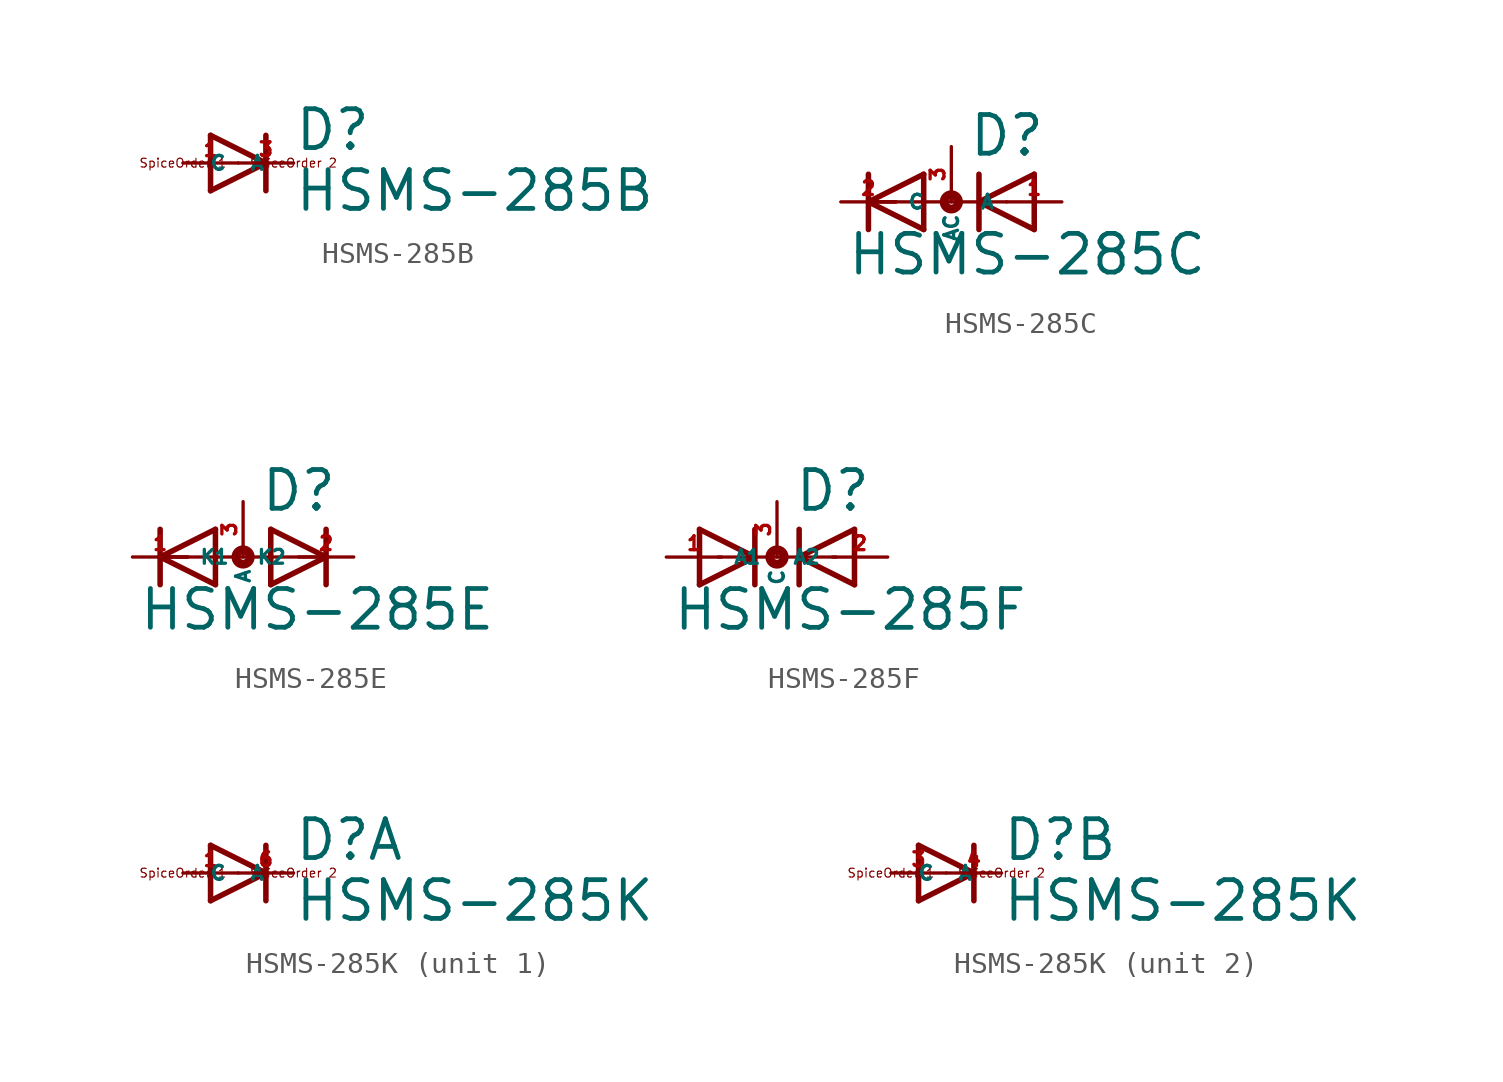
<source format=kicad_sym>
(kicad_symbol_lib
  (version 20220914)
  (generator Eagle2Kicad)
  (symbol "HSMS-285B"
    (property "Reference" "D"
      (at 2.54 0.483 0)
      (effects (font (size 1.778 1.778) (thickness 0.22)) (justify left bottom)))
    (property "Value" "HSMS-285B"
      (at 2.54 -2.311 0)
      (effects (font (size 1.778 1.778) (thickness 0.22)) (justify left bottom)))
    (polyline
      (pts (xy -1.27 -1.27) (xy 1.27 0))
      (stroke (width 0.254) (type default))
      (fill (type none)))
    (polyline
      (pts (xy 1.27 0) (xy -1.27 1.27))
      (stroke (width 0.254) (type default))
      (fill (type none)))
    (polyline
      (pts (xy 1.27 1.27) (xy 1.27 0))
      (stroke (width 0.254) (type default))
      (fill (type none)))
    (polyline
      (pts (xy -1.27 1.27) (xy -1.27 -1.27))
      (stroke (width 0.254) (type default))
      (fill (type none)))
    (polyline
      (pts (xy 1.27 0) (xy 1.27 -1.27))
      (stroke (width 0.254) (type default))
      (fill (type none)))
    (text "SpiceOrder 1"
      (at -2.54 0 0)
      (effects (font (size 0.406 0.406) (thickness 0.05))))
    (text "SpiceOrder 2"
      (at 2.54 0 0)
      (effects (font (size 0.406 0.406) (thickness 0.05))))
    (pin passive line
      (at -2.54 0 0)
      (length 2.54)
      (name "A" (effects (font (size 0.635 0.635) (thickness 0.08)) (justify left bottom)))
      (number "1" (effects (font (size 0.635 0.635) (thickness 0.08)) (justify left bottom))))
    (pin passive line
      (at 2.54 0 180)
      (length 2.54)
      (name "C" (effects (font (size 0.635 0.635) (thickness 0.08)) (justify left bottom)))
      (number "3" (effects (font (size 0.635 0.635) (thickness 0.08)) (justify left bottom)))))
  (symbol "HSMS-285C"
    (property "Reference" "D"
      (at 0.762 2.007 0)
      (effects (font (size 1.778 1.778) (thickness 0.22)) (justify left bottom)))
    (property "Value" "HSMS-285C"
      (at -4.826 -3.454 0)
      (effects (font (size 1.778 1.778) (thickness 0.22)) (justify left bottom)))
    (polyline
      (pts (xy -1.27 1.27) (xy -3.81 0))
      (stroke (width 0.254) (type default))
      (fill (type none)))
    (polyline
      (pts (xy -3.81 0) (xy -1.27 -1.27))
      (stroke (width 0.254) (type default))
      (fill (type none)))
    (polyline
      (pts (xy -3.81 -1.27) (xy -3.81 0))
      (stroke (width 0.254) (type default))
      (fill (type none)))
    (polyline
      (pts (xy -2.54 0) (xy -3.81 0))
      (stroke (width 0.152) (type default))
      (fill (type none)))
    (polyline
      (pts (xy -1.27 -1.27) (xy -1.27 1.27))
      (stroke (width 0.254) (type default))
      (fill (type none)))
    (polyline
      (pts (xy -3.81 0) (xy -3.81 1.27))
      (stroke (width 0.254) (type default))
      (fill (type none)))
    (polyline
      (pts (xy 3.81 1.27) (xy 1.27 0))
      (stroke (width 0.254) (type default))
      (fill (type none)))
    (polyline
      (pts (xy 1.27 0) (xy 3.81 -1.27))
      (stroke (width 0.254) (type default))
      (fill (type none)))
    (polyline
      (pts (xy 1.27 -1.27) (xy 1.27 0))
      (stroke (width 0.254) (type default))
      (fill (type none)))
    (polyline
      (pts (xy -3.81 0) (xy 1.27 0))
      (stroke (width 0.152) (type default))
      (fill (type none)))
    (polyline
      (pts (xy 2.54 0) (xy 1.27 0))
      (stroke (width 0.152) (type default))
      (fill (type none)))
    (polyline
      (pts (xy 3.81 -1.27) (xy 3.81 1.27))
      (stroke (width 0.254) (type default))
      (fill (type none)))
    (polyline
      (pts (xy 1.27 0) (xy 1.27 1.27))
      (stroke (width 0.254) (type default))
      (fill (type none)))
    (circle
      (center 0 0)
      (radius 0.127)
      (stroke (width 0.406) (type default))
      (fill (type none)))
    (pin passive line
      (at -5.08 0 0)
      (length 2.54)
      (name "C" (effects (font (size 0.635 0.635) (thickness 0.08)) (justify left bottom)))
      (number "2" (effects (font (size 0.635 0.635) (thickness 0.08)) (justify left bottom))))
    (pin passive line
      (at 5.08 0 180)
      (length 2.54)
      (name "A" (effects (font (size 0.635 0.635) (thickness 0.08)) (justify left bottom)))
      (number "1" (effects (font (size 0.635 0.635) (thickness 0.08)) (justify left bottom))))
    (pin passive line
      (at 0 2.54 270)
      (length 2.54)
      (name "AC" (effects (font (size 0.635 0.635) (thickness 0.08)) (justify left bottom)))
      (number "3" (effects (font (size 0.635 0.635) (thickness 0.08)) (justify left bottom)))))
  (symbol "HSMS-285E"
    (property "Reference" "D"
      (at 0.762 2.007 0)
      (effects (font (size 1.778 1.778) (thickness 0.22)) (justify left bottom)))
    (property "Value" "HSMS-285E"
      (at -4.826 -3.454 0)
      (effects (font (size 1.778 1.778) (thickness 0.22)) (justify left bottom)))
    (polyline
      (pts (xy -1.27 1.27) (xy -3.81 0))
      (stroke (width 0.254) (type default))
      (fill (type none)))
    (polyline
      (pts (xy -3.81 0) (xy -1.27 -1.27))
      (stroke (width 0.254) (type default))
      (fill (type none)))
    (polyline
      (pts (xy -3.81 -1.27) (xy -3.81 0))
      (stroke (width 0.254) (type default))
      (fill (type none)))
    (polyline
      (pts (xy -2.54 0) (xy -3.81 0))
      (stroke (width 0.152) (type default))
      (fill (type none)))
    (polyline
      (pts (xy -1.27 -1.27) (xy -1.27 1.27))
      (stroke (width 0.254) (type default))
      (fill (type none)))
    (polyline
      (pts (xy -3.81 0) (xy -3.81 1.27))
      (stroke (width 0.254) (type default))
      (fill (type none)))
    (polyline
      (pts (xy 1.27 1.27) (xy 3.81 0))
      (stroke (width 0.254) (type default))
      (fill (type none)))
    (polyline
      (pts (xy 3.81 0) (xy 1.27 -1.27))
      (stroke (width 0.254) (type default))
      (fill (type none)))
    (polyline
      (pts (xy 3.81 -1.27) (xy 3.81 0))
      (stroke (width 0.254) (type default))
      (fill (type none)))
    (polyline
      (pts (xy -3.81 0) (xy 3.81 0))
      (stroke (width 0.152) (type default))
      (fill (type none)))
    (polyline
      (pts (xy 1.27 -1.27) (xy 1.27 1.27))
      (stroke (width 0.254) (type default))
      (fill (type none)))
    (polyline
      (pts (xy 3.81 0) (xy 3.81 1.27))
      (stroke (width 0.254) (type default))
      (fill (type none)))
    (circle
      (center 0 0)
      (radius 0.127)
      (stroke (width 0.406) (type default))
      (fill (type none)))
    (pin passive line
      (at -5.08 0 0)
      (length 2.54)
      (name "K1" (effects (font (size 0.635 0.635) (thickness 0.08)) (justify left bottom)))
      (number "1" (effects (font (size 0.635 0.635) (thickness 0.08)) (justify left bottom))))
    (pin passive line
      (at 5.08 0 180)
      (length 2.54)
      (name "K2" (effects (font (size 0.635 0.635) (thickness 0.08)) (justify left bottom)))
      (number "2" (effects (font (size 0.635 0.635) (thickness 0.08)) (justify left bottom))))
    (pin passive line
      (at 0 2.54 270)
      (length 2.54)
      (name "A" (effects (font (size 0.635 0.635) (thickness 0.08)) (justify left bottom)))
      (number "3" (effects (font (size 0.635 0.635) (thickness 0.08)) (justify left bottom)))))
  (symbol "HSMS-285F"
    (property "Reference" "D"
      (at 0.762 2.007 0)
      (effects (font (size 1.778 1.778) (thickness 0.22)) (justify left bottom)))
    (property "Value" "HSMS-285F"
      (at -4.826 -3.454 0)
      (effects (font (size 1.778 1.778) (thickness 0.22)) (justify left bottom)))
    (polyline
      (pts (xy -2.71 0) (xy -1.016 0))
      (stroke (width 0.152) (type default))
      (fill (type none)))
    (polyline
      (pts (xy -1.016 0) (xy 1.016 0))
      (stroke (width 0.152) (type default))
      (fill (type none)))
    (polyline
      (pts (xy 1.016 0) (xy 2.71 0))
      (stroke (width 0.152) (type default))
      (fill (type none)))
    (polyline
      (pts (xy -3.556 -1.27) (xy -1.016 0))
      (stroke (width 0.254) (type default))
      (fill (type none)))
    (polyline
      (pts (xy -1.016 0) (xy -3.556 1.27))
      (stroke (width 0.254) (type default))
      (fill (type none)))
    (polyline
      (pts (xy -1.016 1.27) (xy -1.016 0))
      (stroke (width 0.254) (type default))
      (fill (type none)))
    (polyline
      (pts (xy -3.556 1.27) (xy -3.556 -1.27))
      (stroke (width 0.254) (type default))
      (fill (type none)))
    (polyline
      (pts (xy -1.016 0) (xy -1.016 -1.27))
      (stroke (width 0.254) (type default))
      (fill (type none)))
    (polyline
      (pts (xy 3.556 1.27) (xy 1.016 0))
      (stroke (width 0.254) (type default))
      (fill (type none)))
    (polyline
      (pts (xy 1.016 0) (xy 3.556 -1.27))
      (stroke (width 0.254) (type default))
      (fill (type none)))
    (polyline
      (pts (xy 1.016 -1.27) (xy 1.016 0))
      (stroke (width 0.254) (type default))
      (fill (type none)))
    (polyline
      (pts (xy 3.556 -1.27) (xy 3.556 1.27))
      (stroke (width 0.254) (type default))
      (fill (type none)))
    (polyline
      (pts (xy 1.016 0) (xy 1.016 1.27))
      (stroke (width 0.254) (type default))
      (fill (type none)))
    (circle
      (center 0 0)
      (radius 0.127)
      (stroke (width 0.406) (type default))
      (fill (type none)))
    (pin passive line
      (at -5.08 0 0)
      (length 2.54)
      (name "A1" (effects (font (size 0.635 0.635) (thickness 0.08)) (justify left bottom)))
      (number "1" (effects (font (size 0.635 0.635) (thickness 0.08)) (justify left bottom))))
    (pin passive line
      (at 5.08 0 180)
      (length 2.54)
      (name "A2" (effects (font (size 0.635 0.635) (thickness 0.08)) (justify left bottom)))
      (number "2" (effects (font (size 0.635 0.635) (thickness 0.08)) (justify left bottom))))
    (pin passive line
      (at 0 2.54 270)
      (length 2.54)
      (name "C" (effects (font (size 0.635 0.635) (thickness 0.08)) (justify left bottom)))
      (number "3" (effects (font (size 0.635 0.635) (thickness 0.08)) (justify left bottom)))))
  (symbol "HSMS-285K"
    (property "Reference" "D"
      (at 2.54 0.483 0)
      (effects (font (size 1.778 1.778) (thickness 0.22)) (justify left bottom)))
    (property "Value" "HSMS-285K"
      (at 2.54 -2.311 0)
      (effects (font (size 1.778 1.778) (thickness 0.22)) (justify left bottom)))
    (symbol "HSMS-285K_1_0"
      (polyline (pts (xy -1.27 -1.27) (xy 1.27 0)) (stroke (width 0.254) (type default)) (fill (type none)))
      (polyline (pts (xy 1.27 0) (xy -1.27 1.27)) (stroke (width 0.254) (type default)) (fill (type none)))
      (polyline (pts (xy 1.27 1.27) (xy 1.27 0)) (stroke (width 0.254) (type default)) (fill (type none)))
      (polyline (pts (xy -1.27 1.27) (xy -1.27 -1.27)) (stroke (width 0.254) (type default)) (fill (type none)))
      (polyline (pts (xy 1.27 0) (xy 1.27 -1.27)) (stroke (width 0.254) (type default)) (fill (type none)))
      (text "SpiceOrder 1" (at -2.54 0 0) (effects (font (size 0.406 0.406) (thickness 0.05))))
      (text "SpiceOrder 2" (at 2.54 0 0) (effects (font (size 0.406 0.406) (thickness 0.05))))
      (pin passive line (at -2.54 0 0) (length 2.54) (name "A" (effects (font (size 0.635 0.635) (thickness 0.08)) (justify left bottom))) (number "1" (effects (font (size 0.635 0.635) (thickness 0.08)) (justify left bottom))))
      (pin passive line (at 2.54 0 180) (length 2.54) (name "C" (effects (font (size 0.635 0.635) (thickness 0.08)) (justify left bottom))) (number "6" (effects (font (size 0.635 0.635) (thickness 0.08)) (justify left bottom)))))
    (symbol "HSMS-285K_2_0"
      (polyline (pts (xy -1.27 -1.27) (xy 1.27 0)) (stroke (width 0.254) (type default)) (fill (type none)))
      (polyline (pts (xy 1.27 0) (xy -1.27 1.27)) (stroke (width 0.254) (type default)) (fill (type none)))
      (polyline (pts (xy 1.27 1.27) (xy 1.27 0)) (stroke (width 0.254) (type default)) (fill (type none)))
      (polyline (pts (xy -1.27 1.27) (xy -1.27 -1.27)) (stroke (width 0.254) (type default)) (fill (type none)))
      (polyline (pts (xy 1.27 0) (xy 1.27 -1.27)) (stroke (width 0.254) (type default)) (fill (type none)))
      (text "SpiceOrder 1" (at -2.54 0 0) (effects (font (size 0.406 0.406) (thickness 0.05))))
      (text "SpiceOrder 2" (at 2.54 0 0) (effects (font (size 0.406 0.406) (thickness 0.05))))
      (pin passive line (at -2.54 0 0) (length 2.54) (name "A" (effects (font (size 0.635 0.635) (thickness 0.08)) (justify left bottom))) (number "3" (effects (font (size 0.635 0.635) (thickness 0.08)) (justify left bottom))))
      (pin passive line (at 2.54 0 180) (length 2.54) (name "C" (effects (font (size 0.635 0.635) (thickness 0.08)) (justify left bottom))) (number "4" (effects (font (size 0.635 0.635) (thickness 0.08)) (justify left bottom)))))))
</source>
